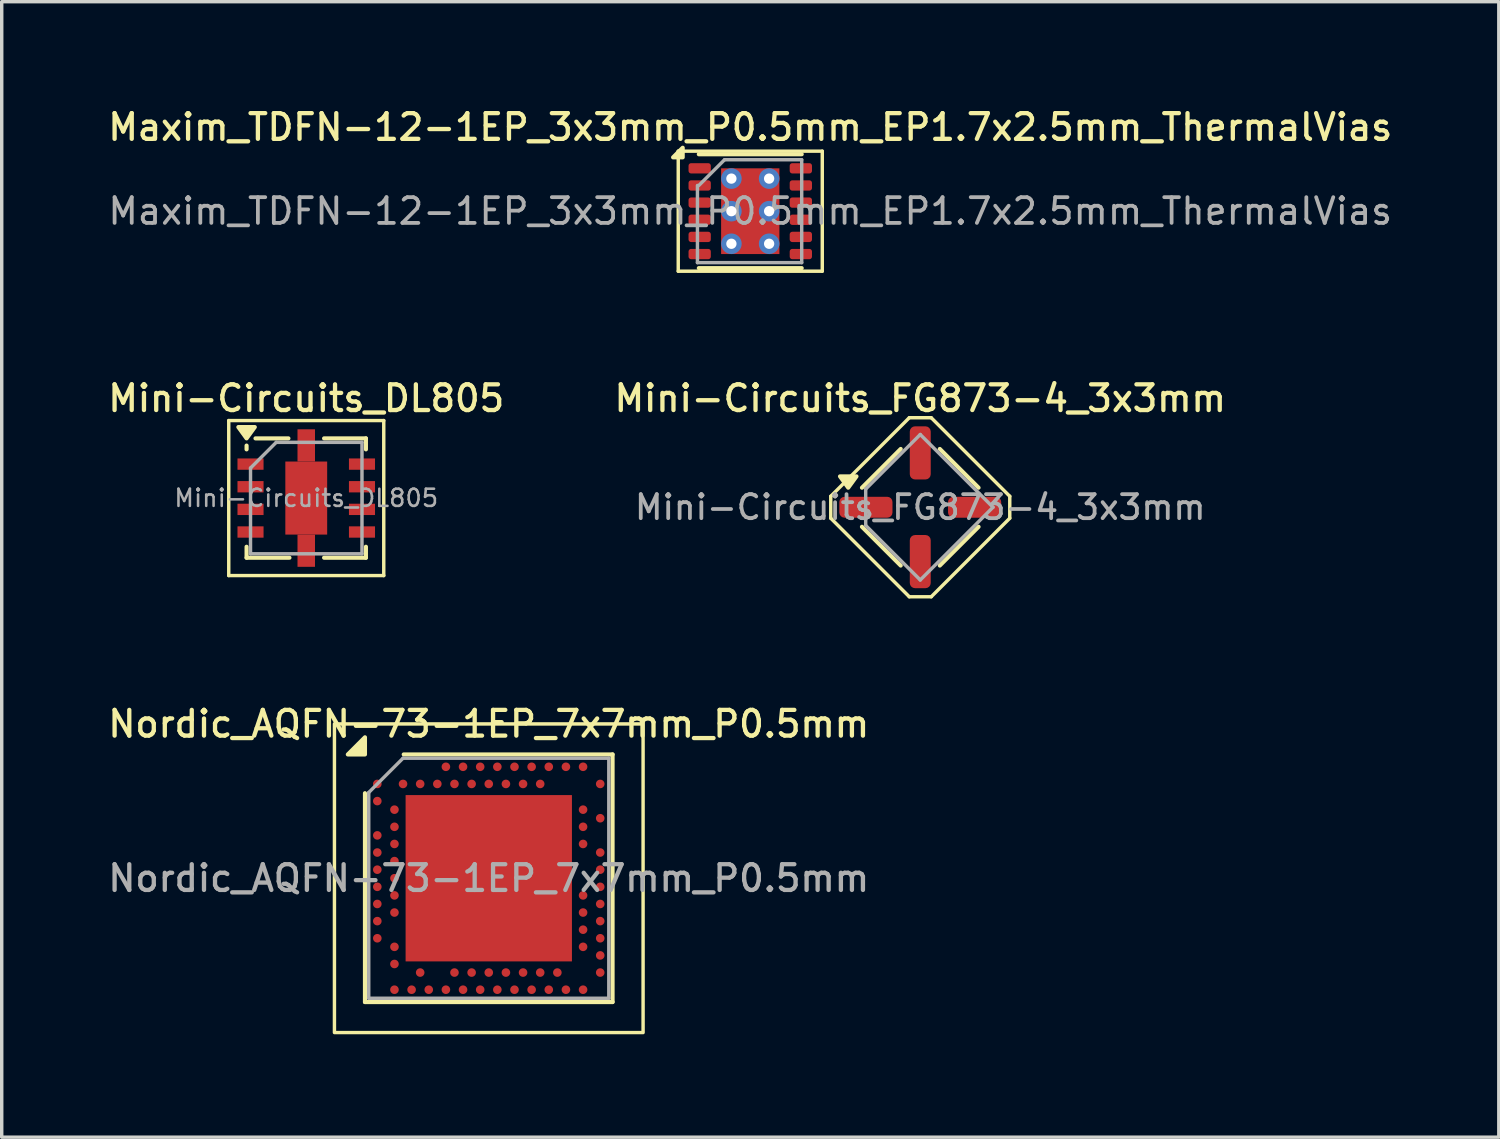
<source format=kicad_pcb>
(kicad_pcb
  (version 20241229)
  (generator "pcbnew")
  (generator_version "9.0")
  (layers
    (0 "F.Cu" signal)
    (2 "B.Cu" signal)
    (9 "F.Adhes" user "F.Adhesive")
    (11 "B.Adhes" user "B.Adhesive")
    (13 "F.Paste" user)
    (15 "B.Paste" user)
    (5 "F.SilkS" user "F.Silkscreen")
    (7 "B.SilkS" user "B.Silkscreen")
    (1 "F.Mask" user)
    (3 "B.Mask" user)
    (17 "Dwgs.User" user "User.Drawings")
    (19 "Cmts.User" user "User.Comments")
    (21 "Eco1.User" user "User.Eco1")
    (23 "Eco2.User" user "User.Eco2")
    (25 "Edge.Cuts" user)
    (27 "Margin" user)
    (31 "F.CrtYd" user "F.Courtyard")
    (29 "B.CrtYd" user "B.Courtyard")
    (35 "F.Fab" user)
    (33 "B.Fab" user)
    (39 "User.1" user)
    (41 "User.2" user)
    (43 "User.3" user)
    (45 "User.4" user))
  (footprint "Mini-Circuits_DL805"
    (layer "F.Cu")
    (at 5.88 11.473)
    (property "Reference" "Mini-Circuits_DL805" (at 0 -2.907 0) (layer "F.SilkS") (effects (font (size 0.75 0.75) (thickness 0.125))))
    (attr smd)
    (fp_line (start -2.26 -2.26) (end -2.26 2.26) (stroke (width 0.1) (type solid)) (layer "F.SilkS"))
    (fp_line (start -2.26 2.26) (end 2.26 2.26) (stroke (width 0.1) (type solid)) (layer "F.SilkS"))
    (fp_line (start -1.74 -1.53) (end -1.74 -1.42) (stroke (width 0.12) (type default)) (layer "F.SilkS"))
    (fp_line (start -1.74 1.74) (end -1.74 1.42) (stroke (width 0.12) (type solid)) (layer "F.SilkS"))
    (fp_line (start -0.52 -1.74) (end -1.48 -1.74) (stroke (width 0.12) (type solid)) (layer "F.SilkS"))
    (fp_line (start -0.49 1.74) (end -1.74 1.74) (stroke (width 0.12) (type solid)) (layer "F.SilkS"))
    (fp_line (start 0.52 -1.74) (end 1.74 -1.74) (stroke (width 0.12) (type solid)) (layer "F.SilkS"))
    (fp_line (start 1.74 -1.74) (end 1.74 -1.42) (stroke (width 0.12) (type solid)) (layer "F.SilkS"))
    (fp_line (start 1.74 1.42) (end 1.74 1.74) (stroke (width 0.12) (type solid)) (layer "F.SilkS"))
    (fp_line (start 1.74 1.74) (end 0.52 1.74) (stroke (width 0.12) (type solid)) (layer "F.SilkS"))
    (fp_line (start 2.26 -2.26) (end -2.26 -2.26) (stroke (width 0.1) (type solid)) (layer "F.SilkS"))
    (fp_line (start 2.26 2.26) (end 2.26 -2.26) (stroke (width 0.1) (type solid)) (layer "F.SilkS"))
    (fp_poly (pts (xy -1.74 -1.74) (xy -1.98 -2.07) (xy -1.5 -2.07) (xy -1.74 -1.74)) (stroke (width 0.12) (type solid)) (fill yes) (layer "F.SilkS"))
    (fp_line (start -1.625 -0.875) (end -0.875 -1.625) (stroke (width 0.1) (type solid)) (layer "F.Fab"))
    (fp_line (start -1.625 1.625) (end -1.625 -0.875) (stroke (width 0.1) (type solid)) (layer "F.Fab"))
    (fp_line (start -0.875 -1.625) (end 1.625 -1.625) (stroke (width 0.1) (type solid)) (layer "F.Fab"))
    (fp_line (start 1.625 -1.625) (end 1.625 1.625) (stroke (width 0.1) (type solid)) (layer "F.Fab"))
    (fp_line (start 1.625 1.625) (end -1.625 1.625) (stroke (width 0.1) (type solid)) (layer "F.Fab"))
    (fp_text user "${REFERENCE}" (at 0 0 0) (layer "F.Fab") (effects (font (size 0.5 0.5) (thickness 0.075))))
    (pad "1" smd rect (at -1.625 -0.99 270) (size 0.33 0.76) (layers "F.Cu" "F.Mask" "F.Paste"))
    (pad "2" smd rect (at -1.625 -0.33 270) (size 0.33 0.76) (layers "F.Cu" "F.Mask" "F.Paste"))
    (pad "3" smd rect (at -1.625 0.33 270) (size 0.33 0.76) (layers "F.Cu" "F.Mask" "F.Paste"))
    (pad "4" smd rect (at -1.625 0.99 270) (size 0.33 0.76) (layers "F.Cu" "F.Mask" "F.Paste"))
    (pad "5" smd rect (at 1.625 0.99 270) (size 0.33 0.76) (layers "F.Cu" "F.Mask" "F.Paste"))
    (pad "6" smd rect (at 1.625 0.33 270) (size 0.33 0.76) (layers "F.Cu" "F.Mask" "F.Paste"))
    (pad "7" smd rect (at 1.625 -0.33 270) (size 0.33 0.76) (layers "F.Cu" "F.Mask" "F.Paste"))
    (pad "8" smd rect (at 1.625 -0.99 270) (size 0.33 0.76) (layers "F.Cu" "F.Mask" "F.Paste"))
    (pad "9" smd rect (at 0 -1.535 270) (size 0.94 0.51) (layers "F.Cu" "F.Mask" "F.Paste"))
    (pad "9" smd rect (at 0 0 270) (size 2.13 1.22) (layers "F.Cu" "F.Mask" "F.Paste"))
    (pad "9" smd rect (at 0 1.535 270) (size 0.94 0.51) (layers "F.Cu" "F.Mask" "F.Paste")))
  (footprint "Mini-Circuits_FG873-4_3x3mm"
    (layer "F.Cu")
    (at 23.784 11.741)
    (property "Reference" "Mini-Circuits_FG873-4_3x3mm" (at 0 -3.175 0) (layer "F.SilkS") (effects (font (size 0.75 0.75) (thickness 0.125))))
    (attr smd)
    (fp_line (start -2.61 -0.32) (end -2.61 0.32) (stroke (width 0.1) (type solid)) (layer "F.SilkS"))
    (fp_line (start -2.61 -0.32) (end -0.32 -2.61) (stroke (width 0.1) (type solid)) (layer "F.SilkS"))
    (fp_line (start -2.61 0.32) (end -0.32 2.61) (stroke (width 0.1) (type solid)) (layer "F.SilkS"))
    (fp_line (start -1.7 -0.57) (end -0.57 -1.7) (stroke (width 0.12) (type solid)) (layer "F.SilkS"))
    (fp_line (start -0.57 1.7) (end -1.7 0.57) (stroke (width 0.12) (type solid)) (layer "F.SilkS"))
    (fp_line (start 0.32 -2.61) (end -0.32 -2.61) (stroke (width 0.1) (type solid)) (layer "F.SilkS"))
    (fp_line (start 0.32 2.61) (end -0.32 2.61) (stroke (width 0.1) (type solid)) (layer "F.SilkS"))
    (fp_line (start 0.57 1.7) (end 1.7 0.57) (stroke (width 0.12) (type solid)) (layer "F.SilkS"))
    (fp_line (start 1.7 -0.57) (end 0.57 -1.7) (stroke (width 0.12) (type solid)) (layer "F.SilkS"))
    (fp_line (start 2.61 -0.32) (end 0.32 -2.61) (stroke (width 0.1) (type solid)) (layer "F.SilkS"))
    (fp_line (start 2.61 -0.32) (end 2.61 0.32) (stroke (width 0.1) (type solid)) (layer "F.SilkS"))
    (fp_line (start 2.61 0.32) (end 0.32 2.61) (stroke (width 0.1) (type solid)) (layer "F.SilkS"))
    (fp_poly (pts (xy -2.1 -0.57) (xy -2.34 -0.9) (xy -1.86 -0.9) (xy -2.1 -0.57)) (stroke (width 0.12) (type solid)) (fill yes) (layer "F.SilkS"))
    (fp_line (start -1.591 -0.53) (end 0 -2.121) (stroke (width 0.1) (type solid)) (layer "F.Fab"))
    (fp_line (start -1.591 0.53) (end -1.591 -0.53) (stroke (width 0.1) (type solid)) (layer "F.Fab"))
    (fp_line (start -1.591 0.53) (end 0 2.121) (stroke (width 0.1) (type solid)) (layer "F.Fab"))
    (fp_line (start 2.121 0) (end 0 -2.121) (stroke (width 0.1) (type solid)) (layer "F.Fab"))
    (fp_line (start 2.121 0) (end 0 2.121) (stroke (width 0.1) (type solid)) (layer "F.Fab"))
    (fp_text user "${REFERENCE}" (at 0 0 0) (layer "F.Fab") (effects (font (size 0.7 0.7) (thickness 0.11))))
    (pad "1" smd roundrect (at -1.585 0) (size 1.55 0.61) (layers "F.Cu" "F.Mask" "F.Paste") (roundrect_rratio 0.25))
    (pad "2" smd roundrect (at 0 1.585) (size 0.61 1.55) (layers "F.Cu" "F.Mask" "F.Paste") (roundrect_rratio 0.25))
    (pad "3" smd roundrect (at 1.585 0) (size 1.55 0.61) (layers "F.Cu" "F.Mask" "F.Paste") (roundrect_rratio 0.25))
    (pad "4" smd roundrect (at 0 -1.585) (size 0.61 1.55) (layers "F.Cu" "F.Mask" "F.Paste") (roundrect_rratio 0.25)))
  (footprint "Nordic_AQFN-73-1EP_7x7mm_P0.5mm"
    (layer "F.Cu")
    (at 11.202 22.559)
    (property "Reference" "Nordic_AQFN-73-1EP_7x7mm_P0.5mm" (at 0 -4.5 0) (layer "F.SilkS") (effects (font (size 0.75 0.75) (thickness 0.125))))
    (attr smd)
    (fp_line (start -3.61 -2.48) (end -3.61 3.61) (stroke (width 0.12) (type solid)) (layer "F.SilkS"))
    (fp_line (start -3.61 3.61) (end 3.61 3.61) (stroke (width 0.12) (type solid)) (layer "F.SilkS"))
    (fp_line (start 3.61 -3.61) (end -2.48 -3.61) (stroke (width 0.12) (type solid)) (layer "F.SilkS"))
    (fp_line (start 3.61 3.61) (end 3.61 -3.61) (stroke (width 0.12) (type solid)) (layer "F.SilkS"))
    (fp_rect (start 4.5 -4.5) (end -4.5 4.5) (stroke (width 0.1) (type default)) (fill no) (layer "F.SilkS"))
    (fp_poly (pts (xy -3.61 -3.61) (xy -4.11 -3.61) (xy -3.61 -4.11) (xy -3.61 -3.61)) (stroke (width 0.12) (type solid)) (fill yes) (layer "F.SilkS"))
    (fp_line (start -3.5 -2.5) (end -3.5 3.5) (stroke (width 0.1) (type solid)) (layer "F.Fab"))
    (fp_line (start -3.5 -2.5) (end -2.5 -3.5) (stroke (width 0.1) (type default)) (layer "F.Fab"))
    (fp_line (start -3.5 3.5) (end 3.5 3.5) (stroke (width 0.1) (type solid)) (layer "F.Fab"))
    (fp_line (start -2.5 -3.5) (end 3.5 -3.5) (stroke (width 0.1) (type solid)) (layer "F.Fab"))
    (fp_line (start 3.5 -3.5) (end 3.5 3.5) (stroke (width 0.1) (type solid)) (layer "F.Fab"))
    (fp_text user "${REFERENCE}" (at 0 0 0) (layer "F.Fab") (effects (font (size 0.75 0.75) (thickness 0.125))))
    (pad "" smd rect (at -1.212 -1.212 180) (size 2 2) (layers "F.Paste"))
    (pad "" smd rect (at -1.212 1.212 180) (size 2 2) (layers "F.Paste"))
    (pad "" smd rect (at 1.212 -1.212 180) (size 2 2) (layers "F.Paste"))
    (pad "" smd rect (at 1.212 1.212 180) (size 2 2) (layers "F.Paste"))
    (pad "A8" smd circle (at -1.25 -3.25 180) (size 0.25 0.25) (property pad_prop_bga) (layers "F.Cu" "F.Mask" "F.Paste"))
    (pad "A10" smd circle (at -0.75 -3.25 180) (size 0.25 0.25) (property pad_prop_bga) (layers "F.Cu" "F.Mask" "F.Paste"))
    (pad "A12" smd circle (at -0.25 -3.25 180) (size 0.25 0.25) (property pad_prop_bga) (layers "F.Cu" "F.Mask" "F.Paste"))
    (pad "A14" smd circle (at 0.25 -3.25 180) (size 0.25 0.25) (property pad_prop_bga) (layers "F.Cu" "F.Mask" "F.Paste"))
    (pad "A16" smd circle (at 0.75 -3.25 180) (size 0.25 0.25) (property pad_prop_bga) (layers "F.Cu" "F.Mask" "F.Paste"))
    (pad "A18" smd circle (at 1.25 -3.25 180) (size 0.25 0.25) (property pad_prop_bga) (layers "F.Cu" "F.Mask" "F.Paste"))
    (pad "A20" smd circle (at 1.75 -3.25 180) (size 0.25 0.25) (property pad_prop_bga) (layers "F.Cu" "F.Mask" "F.Paste"))
    (pad "A22" smd circle (at 2.25 -3.25 180) (size 0.25 0.25) (property pad_prop_bga) (layers "F.Cu" "F.Mask" "F.Paste"))
    (pad "A23" smd circle (at 2.75 -3.25 180) (size 0.25 0.25) (property pad_prop_bga) (layers "F.Cu" "F.Mask" "F.Paste"))
    (pad "AA24" smd circle (at 3.25 2.25 180) (size 0.25 0.25) (property pad_prop_bga) (layers "F.Cu" "F.Mask" "F.Paste"))
    (pad "AB2" smd circle (at -2.75 2.5 180) (size 0.25 0.25) (property pad_prop_bga) (layers "F.Cu" "F.Mask" "F.Paste"))
    (pad "AC5" smd circle (at -2 2.75 180) (size 0.25 0.25) (property pad_prop_bga) (layers "F.Cu" "F.Mask" "F.Paste"))
    (pad "AC9" smd circle (at -1 2.75 180) (size 0.25 0.25) (property pad_prop_bga) (layers "F.Cu" "F.Mask" "F.Paste"))
    (pad "AC11" smd circle (at -0.5 2.75 180) (size 0.25 0.25) (property pad_prop_bga) (layers "F.Cu" "F.Mask" "F.Paste"))
    (pad "AC13" smd circle (at 0 2.75 180) (size 0.25 0.25) (property pad_prop_bga) (layers "F.Cu" "F.Mask" "F.Paste"))
    (pad "AC15" smd circle (at 0.5 2.75 180) (size 0.25 0.25) (property pad_prop_bga) (layers "F.Cu" "F.Mask" "F.Paste"))
    (pad "AC17" smd circle (at 1 2.75 180) (size 0.25 0.25) (property pad_prop_bga) (layers "F.Cu" "F.Mask" "F.Paste"))
    (pad "AC19" smd circle (at 1.5 2.75 180) (size 0.25 0.25) (property pad_prop_bga) (layers "F.Cu" "F.Mask" "F.Paste"))
    (pad "AC21" smd circle (at 2 2.75 180) (size 0.25 0.25) (property pad_prop_bga) (layers "F.Cu" "F.Mask" "F.Paste"))
    (pad "AC24" smd circle (at 3.25 2.75 180) (size 0.25 0.25) (property pad_prop_bga) (layers "F.Cu" "F.Mask" "F.Paste"))
    (pad "AD2" smd circle (at -2.75 3.25 180) (size 0.25 0.25) (property pad_prop_bga) (layers "F.Cu" "F.Mask" "F.Paste"))
    (pad "AD4" smd circle (at -2.25 3.25 180) (size 0.25 0.25) (property pad_prop_bga) (layers "F.Cu" "F.Mask" "F.Paste"))
    (pad "AD6" smd circle (at -1.75 3.25 180) (size 0.25 0.25) (property pad_prop_bga) (layers "F.Cu" "F.Mask" "F.Paste"))
    (pad "AD8" smd circle (at -1.25 3.25 180) (size 0.25 0.25) (property pad_prop_bga) (layers "F.Cu" "F.Mask" "F.Paste"))
    (pad "AD10" smd circle (at -0.75 3.25 180) (size 0.25 0.25) (property pad_prop_bga) (layers "F.Cu" "F.Mask" "F.Paste"))
    (pad "AD12" smd circle (at -0.25 3.25 180) (size 0.25 0.25) (property pad_prop_bga) (layers "F.Cu" "F.Mask" "F.Paste"))
    (pad "AD14" smd circle (at 0.25 3.25 180) (size 0.25 0.25) (property pad_prop_bga) (layers "F.Cu" "F.Mask" "F.Paste"))
    (pad "AD16" smd circle (at 0.75 3.25 180) (size 0.25 0.25) (property pad_prop_bga) (layers "F.Cu" "F.Mask" "F.Paste"))
    (pad "AD18" smd circle (at 1.25 3.25 180) (size 0.25 0.25) (property pad_prop_bga) (layers "F.Cu" "F.Mask" "F.Paste"))
    (pad "AD20" smd circle (at 1.75 3.25 180) (size 0.25 0.25) (property pad_prop_bga) (layers "F.Cu" "F.Mask" "F.Paste"))
    (pad "AD22" smd circle (at 2.25 3.25 180) (size 0.25 0.25) (property pad_prop_bga) (layers "F.Cu" "F.Mask" "F.Paste"))
    (pad "AD23" smd circle (at 2.75 3.25 180) (size 0.25 0.25) (property pad_prop_bga) (layers "F.Cu" "F.Mask" "F.Paste"))
    (pad "B1" smd circle (at -3.25 -2.75 180) (size 0.25 0.25) (property pad_prop_bga) (layers "F.Cu" "F.Mask" "F.Paste"))
    (pad "B3" smd circle (at -2.5 -2.75 180) (size 0.25 0.25) (property pad_prop_bga) (layers "F.Cu" "F.Mask" "F.Paste"))
    (pad "B5" smd circle (at -2 -2.75 180) (size 0.25 0.25) (property pad_prop_bga) (layers "F.Cu" "F.Mask" "F.Paste"))
    (pad "B7" smd circle (at -1.5 -2.75 180) (size 0.25 0.25) (property pad_prop_bga) (layers "F.Cu" "F.Mask" "F.Paste"))
    (pad "B9" smd circle (at -1 -2.75 180) (size 0.25 0.25) (property pad_prop_bga) (layers "F.Cu" "F.Mask" "F.Paste"))
    (pad "B11" smd circle (at -0.5 -2.75 180) (size 0.25 0.25) (property pad_prop_bga) (layers "F.Cu" "F.Mask" "F.Paste"))
    (pad "B13" smd circle (at 0 -2.75 180) (size 0.25 0.25) (property pad_prop_bga) (layers "F.Cu" "F.Mask" "F.Paste"))
    (pad "B15" smd circle (at 0.5 -2.75 180) (size 0.25 0.25) (property pad_prop_bga) (layers "F.Cu" "F.Mask" "F.Paste"))
    (pad "B17" smd circle (at 1 -2.75 180) (size 0.25 0.25) (property pad_prop_bga) (layers "F.Cu" "F.Mask" "F.Paste"))
    (pad "B19" smd circle (at 1.5 -2.75 180) (size 0.25 0.25) (property pad_prop_bga) (layers "F.Cu" "F.Mask" "F.Paste"))
    (pad "B24" smd circle (at 3.25 -2.75 180) (size 0.25 0.25) (property pad_prop_bga) (layers "F.Cu" "F.Mask" "F.Paste"))
    (pad "C1" smd circle (at -3.25 -2.25 180) (size 0.25 0.25) (property pad_prop_bga) (layers "F.Cu" "F.Mask" "F.Paste"))
    (pad "D2" smd circle (at -2.75 -2 180) (size 0.25 0.25) (property pad_prop_bga) (layers "F.Cu" "F.Mask" "F.Paste"))
    (pad "D23" smd circle (at 2.75 -2 180) (size 0.25 0.25) (property pad_prop_bga) (layers "F.Cu" "F.Mask" "F.Paste"))
    (pad "E24" smd circle (at 3.25 -1.75 180) (size 0.25 0.25) (property pad_prop_bga) (layers "F.Cu" "F.Mask" "F.Paste"))
    (pad "EP" smd rect (at 0 0 180) (size 4.85 4.85) (layers "F.Cu" "F.Mask"))
    (pad "F2" smd circle (at -2.75 -1.5 180) (size 0.25 0.25) (property pad_prop_bga) (layers "F.Cu" "F.Mask" "F.Paste"))
    (pad "F23" smd circle (at 2.75 -1.5 180) (size 0.25 0.25) (property pad_prop_bga) (layers "F.Cu" "F.Mask" "F.Paste"))
    (pad "G1" smd circle (at -3.25 -1.25 180) (size 0.25 0.25) (property pad_prop_bga) (layers "F.Cu" "F.Mask" "F.Paste"))
    (pad "H2" smd circle (at -2.75 -1 180) (size 0.25 0.25) (property pad_prop_bga) (layers "F.Cu" "F.Mask" "F.Paste"))
    (pad "H23" smd circle (at 2.75 -1 180) (size 0.25 0.25) (property pad_prop_bga) (layers "F.Cu" "F.Mask" "F.Paste"))
    (pad "J1" smd circle (at -3.25 -0.75 180) (size 0.25 0.25) (property pad_prop_bga) (layers "F.Cu" "F.Mask" "F.Paste"))
    (pad "J24" smd circle (at 3.25 -0.75 180) (size 0.25 0.25) (property pad_prop_bga) (layers "F.Cu" "F.Mask" "F.Paste"))
    (pad "K2" smd circle (at -2.75 -0.5 180) (size 0.25 0.25) (property pad_prop_bga) (layers "F.Cu" "F.Mask" "F.Paste"))
    (pad "L1" smd circle (at -3.25 -0.25 180) (size 0.25 0.25) (property pad_prop_bga) (layers "F.Cu" "F.Mask" "F.Paste"))
    (pad "L24" smd circle (at 3.25 -0.25 180) (size 0.25 0.25) (property pad_prop_bga) (layers "F.Cu" "F.Mask" "F.Paste"))
    (pad "M2" smd circle (at -2.75 0 180) (size 0.25 0.25) (property pad_prop_bga) (layers "F.Cu" "F.Mask" "F.Paste"))
    (pad "N1" smd circle (at -3.25 0.25 180) (size 0.25 0.25) (property pad_prop_bga) (layers "F.Cu" "F.Mask" "F.Paste"))
    (pad "N24" smd circle (at 3.25 0.25 180) (size 0.25 0.25) (property pad_prop_bga) (layers "F.Cu" "F.Mask" "F.Paste"))
    (pad "P2" smd circle (at -2.75 0.5 180) (size 0.25 0.25) (property pad_prop_bga) (layers "F.Cu" "F.Mask" "F.Paste"))
    (pad "P23" smd circle (at 2.75 0.5 180) (size 0.25 0.25) (property pad_prop_bga) (layers "F.Cu" "F.Mask" "F.Paste"))
    (pad "R1" smd circle (at -3.25 0.75 180) (size 0.25 0.25) (property pad_prop_bga) (layers "F.Cu" "F.Mask" "F.Paste"))
    (pad "R24" smd circle (at 3.25 0.75 180) (size 0.25 0.25) (property pad_prop_bga) (layers "F.Cu" "F.Mask" "F.Paste"))
    (pad "T2" smd circle (at -2.75 1 180) (size 0.25 0.25) (property pad_prop_bga) (layers "F.Cu" "F.Mask" "F.Paste"))
    (pad "T23" smd circle (at 2.75 1 180) (size 0.25 0.25) (property pad_prop_bga) (layers "F.Cu" "F.Mask" "F.Paste"))
    (pad "U1" smd circle (at -3.25 1.25 180) (size 0.25 0.25) (property pad_prop_bga) (layers "F.Cu" "F.Mask" "F.Paste"))
    (pad "U24" smd circle (at 3.25 1.25 180) (size 0.25 0.25) (property pad_prop_bga) (layers "F.Cu" "F.Mask" "F.Paste"))
    (pad "V23" smd circle (at 2.75 1.5 180) (size 0.25 0.25) (property pad_prop_bga) (layers "F.Cu" "F.Mask" "F.Paste"))
    (pad "W1" smd circle (at -3.25 1.75 180) (size 0.25 0.25) (property pad_prop_bga) (layers "F.Cu" "F.Mask" "F.Paste"))
    (pad "W24" smd circle (at 3.25 1.75 180) (size 0.25 0.25) (property pad_prop_bga) (layers "F.Cu" "F.Mask" "F.Paste"))
    (pad "Y2" smd circle (at -2.75 2 180) (size 0.25 0.25) (property pad_prop_bga) (layers "F.Cu" "F.Mask" "F.Paste"))
    (pad "Y23" smd circle (at 2.75 2 180) (size 0.25 0.25) (property pad_prop_bga) (layers "F.Cu" "F.Mask" "F.Paste")))
  (footprint "Maxim_TDFN-12-1EP_3x3mm_P0.5mm_EP1.7x2.5mm_ThermalVias"
    (layer "F.Cu")
    (at 18.827 3.108)
    (property "Reference" "Maxim_TDFN-12-1EP_3x3mm_P0.5mm_EP1.7x2.5mm_ThermalVias" (at 0 -2.45 0) (layer "F.SilkS") (effects (font (size 0.75 0.75) (thickness 0.125))))
    (attr smd)
    (fp_line (start -2.1 -1.75) (end -2.1 1.75) (stroke (width 0.1) (type solid)) (layer "F.SilkS"))
    (fp_line (start -2.1 1.75) (end 2.1 1.75) (stroke (width 0.1) (type solid)) (layer "F.SilkS"))
    (fp_line (start -1.5 -1.66) (end 1.5 -1.66) (stroke (width 0.12) (type solid)) (layer "F.SilkS"))
    (fp_line (start -1.5 1.66) (end 1.5 1.66) (stroke (width 0.12) (type solid)) (layer "F.SilkS"))
    (fp_line (start 2.1 -1.75) (end -2.1 -1.75) (stroke (width 0.1) (type solid)) (layer "F.SilkS"))
    (fp_line (start 2.1 1.75) (end 2.1 -1.75) (stroke (width 0.1) (type solid)) (layer "F.SilkS"))
    (fp_poly (pts (xy -1.97 -1.57) (xy -2.25 -1.57) (xy -1.97 -1.85) (xy -1.97 -1.57)) (stroke (width 0.12) (type solid)) (fill yes) (layer "F.SilkS"))
    (fp_line (start -1.54 1.5) (end -1.54 -0.75) (stroke (width 0.1) (type solid)) (layer "F.Fab"))
    (fp_line (start -1.5 -0.75) (end -0.75 -1.5) (stroke (width 0.1) (type solid)) (layer "F.Fab"))
    (fp_line (start -0.75 -1.5) (end 1.5 -1.5) (stroke (width 0.1) (type solid)) (layer "F.Fab"))
    (fp_line (start 1.5 -1.5) (end 1.5 1.5) (stroke (width 0.1) (type solid)) (layer "F.Fab"))
    (fp_line (start 1.5 1.5) (end -1.54 1.5) (stroke (width 0.1) (type solid)) (layer "F.Fab"))
    (fp_text user "${REFERENCE}" (at 0 0 0) (layer "F.Fab") (effects (font (size 0.75 0.75) (thickness 0.11))))
    (pad "" smd roundrect (at -0.4 -0.625) (size 0.64 1.01) (layers "F.Paste") (roundrect_rratio 0.25))
    (pad "" smd roundrect (at -0.4 0.625) (size 0.64 1.01) (layers "F.Paste") (roundrect_rratio 0.25))
    (pad "" smd roundrect (at 0.4 -0.625) (size 0.64 1.01) (layers "F.Paste") (roundrect_rratio 0.25))
    (pad "" smd roundrect (at 0.4 0.625) (size 0.64 1.01) (layers "F.Paste") (roundrect_rratio 0.25))
    (pad "1" smd roundrect (at -1.475 -1.25) (size 0.65 0.3) (layers "F.Cu" "F.Mask" "F.Paste") (roundrect_rratio 0.25))
    (pad "2" smd roundrect (at -1.475 -0.75) (size 0.65 0.3) (layers "F.Cu" "F.Mask" "F.Paste") (roundrect_rratio 0.25))
    (pad "3" smd roundrect (at -1.475 -0.25) (size 0.65 0.3) (layers "F.Cu" "F.Mask" "F.Paste") (roundrect_rratio 0.25))
    (pad "4" smd roundrect (at -1.475 0.25) (size 0.65 0.3) (layers "F.Cu" "F.Mask" "F.Paste") (roundrect_rratio 0.25))
    (pad "5" smd roundrect (at -1.475 0.75) (size 0.65 0.3) (layers "F.Cu" "F.Mask" "F.Paste") (roundrect_rratio 0.25))
    (pad "6" smd roundrect (at -1.475 1.25) (size 0.65 0.3) (layers "F.Cu" "F.Mask" "F.Paste") (roundrect_rratio 0.25))
    (pad "7" smd roundrect (at 1.475 1.25) (size 0.65 0.3) (layers "F.Cu" "F.Mask" "F.Paste") (roundrect_rratio 0.25))
    (pad "8" smd roundrect (at 1.475 0.75) (size 0.65 0.3) (layers "F.Cu" "F.Mask" "F.Paste") (roundrect_rratio 0.25))
    (pad "9" smd roundrect (at 1.475 0.25) (size 0.65 0.3) (layers "F.Cu" "F.Mask" "F.Paste") (roundrect_rratio 0.25))
    (pad "10" smd roundrect (at 1.475 -0.25) (size 0.65 0.3) (layers "F.Cu" "F.Mask" "F.Paste") (roundrect_rratio 0.25))
    (pad "11" smd roundrect (at 1.475 -0.75) (size 0.65 0.3) (layers "F.Cu" "F.Mask" "F.Paste") (roundrect_rratio 0.25))
    (pad "12" smd roundrect (at 1.475 -1.25) (size 0.65 0.3) (layers "F.Cu" "F.Mask" "F.Paste") (roundrect_rratio 0.25))
    (pad "13" thru_hole circle (at -0.55 -0.95) (size 0.6 0.6) (drill 0.3) (layers "*.Cu"))
    (pad "13" thru_hole circle (at -0.55 0) (size 0.6 0.6) (drill 0.3) (layers "*.Cu"))
    (pad "13" thru_hole circle (at -0.55 0.95) (size 0.6 0.6) (drill 0.3) (layers "*.Cu"))
    (pad "13" smd rect (at 0 0) (size 1.7 2.5) (layers "F.Cu" "F.Mask"))
    (pad "13" thru_hole circle (at 0.55 -0.95) (size 0.6 0.6) (drill 0.3) (layers "*.Cu"))
    (pad "13" thru_hole circle (at 0.55 0) (size 0.6 0.6) (drill 0.3) (layers "*.Cu"))
    (pad "13" thru_hole circle (at 0.55 0.95) (size 0.6 0.6) (drill 0.3) (layers "*.Cu")))
  (gr_rect
    (start -3 -3)
    (end 40.654 30.109)
    (stroke (width 0.1) (type default))
    (fill no)
    (layer "Edge.Cuts")))
</source>
